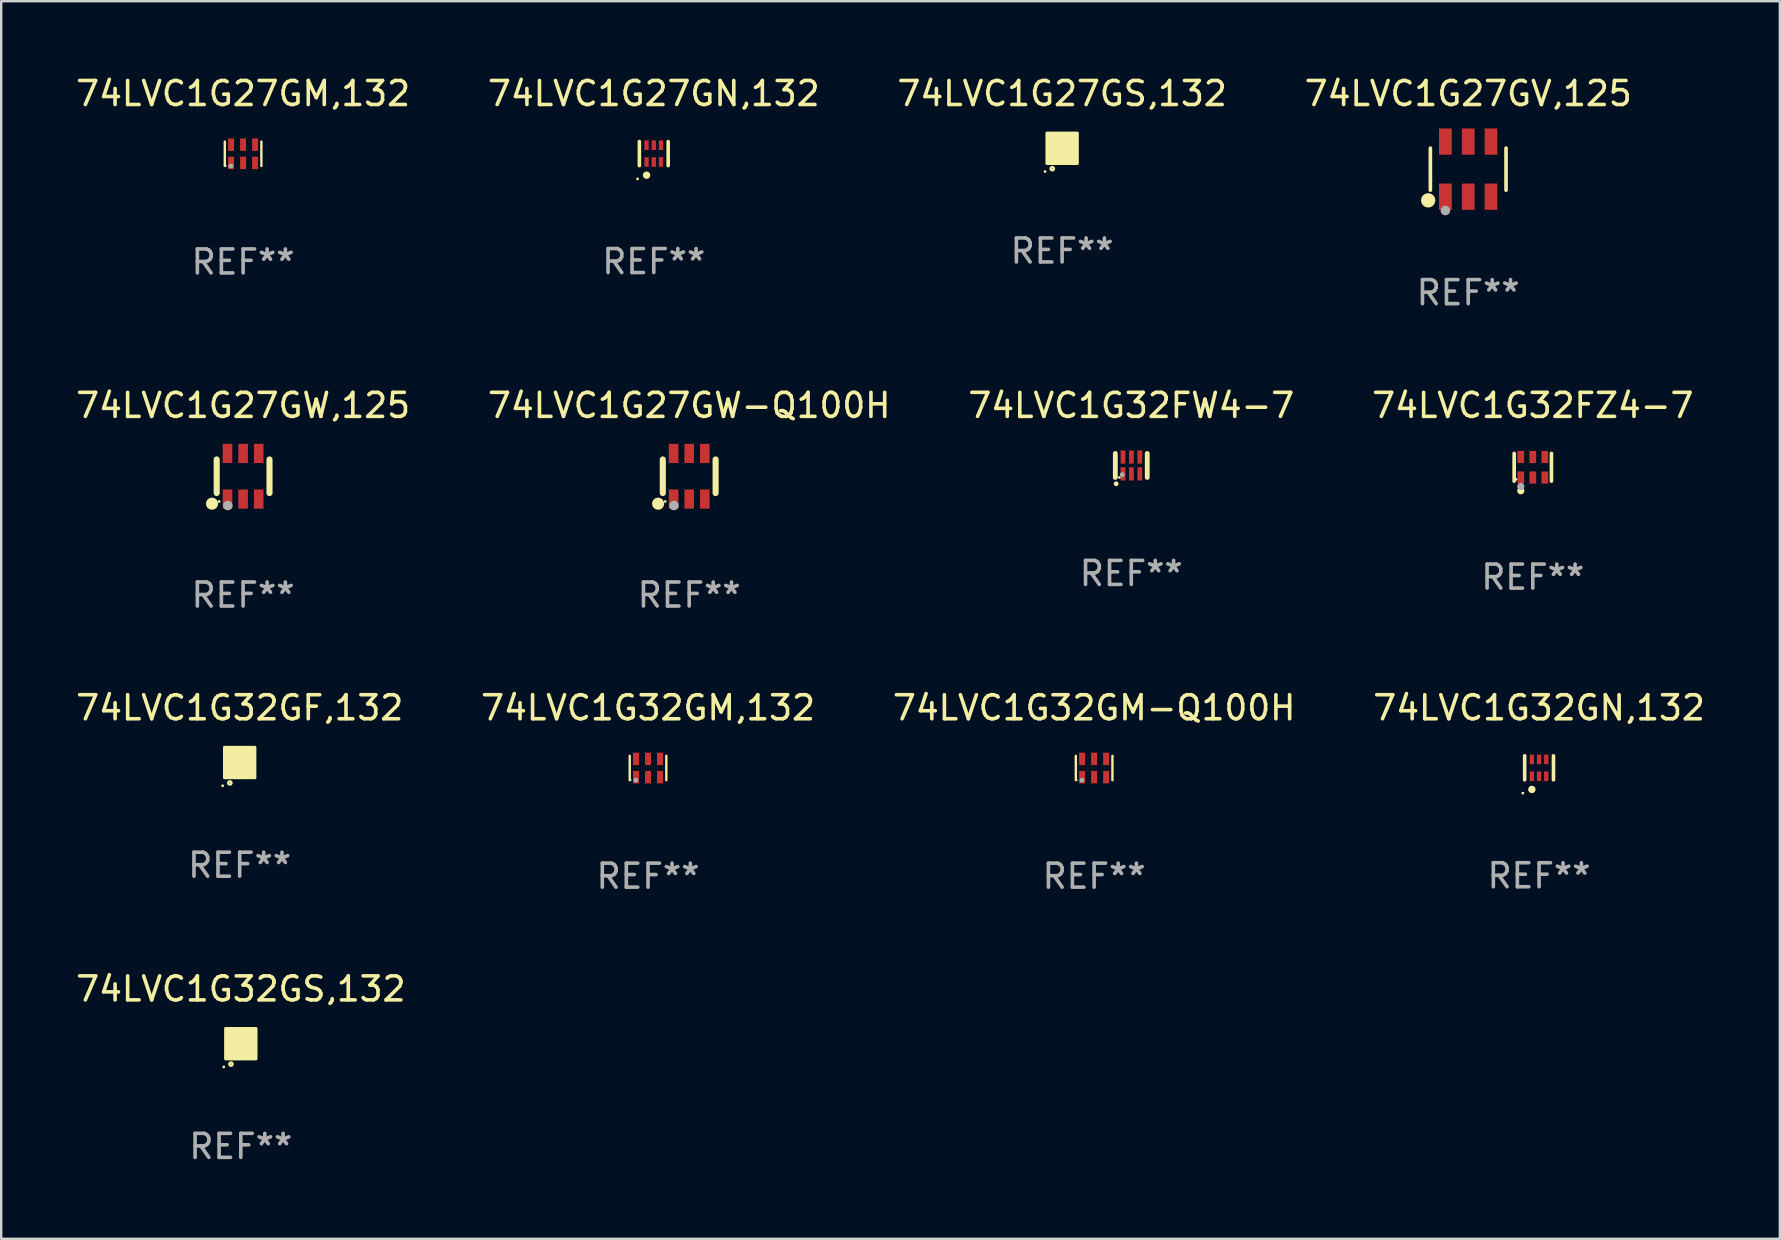
<source format=kicad_pcb>
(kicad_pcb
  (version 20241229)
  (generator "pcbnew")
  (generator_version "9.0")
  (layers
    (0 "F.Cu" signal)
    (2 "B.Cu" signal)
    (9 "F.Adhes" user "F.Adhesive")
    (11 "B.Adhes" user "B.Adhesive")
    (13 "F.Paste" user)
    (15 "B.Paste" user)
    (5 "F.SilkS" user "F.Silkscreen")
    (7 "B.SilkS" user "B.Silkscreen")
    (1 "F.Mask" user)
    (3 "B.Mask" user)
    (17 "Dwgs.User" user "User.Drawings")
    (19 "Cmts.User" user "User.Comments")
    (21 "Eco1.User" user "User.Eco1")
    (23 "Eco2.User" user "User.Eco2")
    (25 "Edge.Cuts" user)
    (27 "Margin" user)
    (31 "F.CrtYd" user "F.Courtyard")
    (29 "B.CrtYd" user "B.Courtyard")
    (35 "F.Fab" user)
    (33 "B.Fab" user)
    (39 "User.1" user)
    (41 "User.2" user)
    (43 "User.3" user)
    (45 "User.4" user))
  (footprint "74LVC1G32FW4-7"
    (layer "F.Cu")
    (at 44.077 16.34)
    (property "Reference" "74LVC1G32FW4-7" (at 0 -2.5 0) (layer "F.SilkS") (effects (font (size 1 1) (thickness 0.15))))
    (attr through_hole)
    (fp_line (start -0.665 0.5) (end -0.665 -0.5) (stroke (width 0.2) (type solid)) (layer "F.SilkS"))
    (fp_line (start 0.665 0.5) (end 0.665 -0.5) (stroke (width 0.2) (type solid)) (layer "F.SilkS"))
    (fp_circle (center -0.63 0.762) (end -0.58 0.762) (stroke (width 0.1) (type solid)) (fill no) (layer "F.SilkS"))
    (fp_circle (center -0.495 0.5) (end -0.465 0.5) (stroke (width 0.06) (type solid)) (fill no) (layer "F.SilkS"))
    (fp_circle (center -0.376 0.381) (end -0.326 0.381) (stroke (width 0.1) (type solid)) (fill no) (layer "F.Fab"))
    (fp_text user "REF**" (at 0 4.5 0) (layer "F.Fab") (effects (font (size 1 1) (thickness 0.15))))
    (pad "1" smd rect (at -0.345 0.35 180) (size 0.2 0.55) (layers "F.Cu" "F.Mask" "F.Paste"))
    (pad "2" smd rect (at 0.005 0.35 180) (size 0.2 0.55) (layers "F.Cu" "F.Mask" "F.Paste"))
    (pad "3" smd rect (at 0.355 0.35 180) (size 0.2 0.55) (layers "F.Cu" "F.Mask" "F.Paste"))
    (pad "4" smd rect (at 0.355 -0.35 180) (size 0.2 0.55) (layers "F.Cu" "F.Mask" "F.Paste"))
    (pad "5" smd rect (at 0.005 -0.35 180) (size 0.2 0.55) (layers "F.Cu" "F.Mask" "F.Paste"))
    (pad "6" smd rect (at -0.345 -0.35 180) (size 0.2 0.55) (layers "F.Cu" "F.Mask" "F.Paste")))
  (footprint "74LVC1G32GM-Q100H"
    (layer "F.Cu")
    (at 42.53 28.944)
    (property "Reference" "74LVC1G32GM-Q100H" (at 0 -2.508 0) (layer "F.SilkS") (effects (font (size 1 1) (thickness 0.15))))
    (attr through_hole)
    (fp_line (start -0.762 -0.508) (end -0.762 0.508) (stroke (width 0.1) (type solid)) (layer "F.SilkS"))
    (fp_line (start 0.762 -0.508) (end 0.762 0.508) (stroke (width 0.1) (type solid)) (layer "F.SilkS"))
    (fp_circle (center -0.725 0.5) (end -0.705 0.5) (stroke (width 0.04) (type solid)) (fill no) (layer "F.SilkS"))
    (fp_circle (center -0.508 0.508) (end -0.458 0.508) (stroke (width 0.1) (type solid)) (fill no) (layer "F.Fab"))
    (fp_text user "REF**" (at 0 4.508 0) (layer "F.Fab") (effects (font (size 1 1) (thickness 0.15))))
    (pad "1" smd rect (at -0.5 0.38) (size 0.25 0.52) (layers "F.Cu" "F.Mask" "F.Paste"))
    (pad "2" smd rect (at -0.000127 0.38) (size 0.25 0.52) (layers "F.Cu" "F.Mask" "F.Paste"))
    (pad "3" smd rect (at 0.5 0.38) (size 0.25 0.52) (layers "F.Cu" "F.Mask" "F.Paste"))
    (pad "4" smd rect (at 0.5 -0.38 180) (size 0.25 0.52) (layers "F.Cu" "F.Mask" "F.Paste"))
    (pad "5" smd rect (at -0.000127 -0.38 180) (size 0.25 0.52) (layers "F.Cu" "F.Mask" "F.Paste"))
    (pad "6" smd rect (at -0.5 -0.38 180) (size 0.25 0.52) (layers "F.Cu" "F.Mask" "F.Paste")))
  (footprint "74LVC1G27GS,132"
    (layer "F.Cu")
    (at 41.196 3.128)
    (property "Reference" "74LVC1G27GS,132" (at 0 -2.28 0) (layer "F.SilkS") (effects (font (size 1 1) (thickness 0.15))))
    (attr through_hole)
    (fp_circle (center -0.71 0.968) (end -0.68 0.968) (stroke (width 0.06) (type solid)) (fill no) (layer "F.SilkS"))
    (fp_circle (center -0.41 0.85) (end -0.342 0.85) (stroke (width 0.1) (type solid)) (fill no) (layer "F.SilkS"))
    (fp_poly (pts (xy -0.635 -0.635) (xy 0.635 -0.635) (xy 0.635 0.635) (xy -0.635 0.635)) (stroke (width 0.12) (type solid)) (fill yes) (layer "F.SilkS"))
    (fp_text user "REF**" (at 0 4.28 0) (layer "F.Fab") (effects (font (size 1 1) (thickness 0.15))))
    (pad "1" smd rect (at -0.35 0.28 90) (size 0.35 0.2) (layers "F.Cu" "F.Mask" "F.Paste"))
    (pad "2" smd rect (at 0 0.28 90) (size 0.35 0.2) (layers "F.Cu" "F.Mask" "F.Paste"))
    (pad "3" smd rect (at 0.35 0.28 90) (size 0.35 0.2) (layers "F.Cu" "F.Mask" "F.Paste"))
    (pad "4" smd rect (at 0.35 -0.28 90) (size 0.35 0.2) (layers "F.Cu" "F.Mask" "F.Paste"))
    (pad "5" smd rect (at 0 -0.28 90) (size 0.35 0.2) (layers "F.Cu" "F.Mask" "F.Paste"))
    (pad "6" smd rect (at -0.35 -0.28 90) (size 0.35 0.2) (layers "F.Cu" "F.Mask" "F.Paste")))
  (footprint "74LVC1G27GM,132"
    (layer "F.Cu")
    (at 7.077 3.356)
    (property "Reference" "74LVC1G27GM,132" (at 0 -2.508 0) (layer "F.SilkS") (effects (font (size 1 1) (thickness 0.15))))
    (attr through_hole)
    (fp_line (start -0.762 -0.508) (end -0.762 0.508) (stroke (width 0.1) (type solid)) (layer "F.SilkS"))
    (fp_line (start 0.762 -0.508) (end 0.762 0.508) (stroke (width 0.1) (type solid)) (layer "F.SilkS"))
    (fp_circle (center -0.725 0.5) (end -0.705 0.5) (stroke (width 0.04) (type solid)) (fill no) (layer "F.SilkS"))
    (fp_circle (center -0.508 0.508) (end -0.458 0.508) (stroke (width 0.1) (type solid)) (fill no) (layer "F.Fab"))
    (fp_text user "REF**" (at 0 4.508 0) (layer "F.Fab") (effects (font (size 1 1) (thickness 0.15))))
    (pad "1" smd rect (at -0.5 0.38) (size 0.25 0.52) (layers "F.Cu" "F.Mask" "F.Paste"))
    (pad "2" smd rect (at -0.000127 0.38) (size 0.25 0.52) (layers "F.Cu" "F.Mask" "F.Paste"))
    (pad "3" smd rect (at 0.5 0.38) (size 0.25 0.52) (layers "F.Cu" "F.Mask" "F.Paste"))
    (pad "4" smd rect (at 0.5 -0.38 180) (size 0.25 0.52) (layers "F.Cu" "F.Mask" "F.Paste"))
    (pad "5" smd rect (at -0.000127 -0.38 180) (size 0.25 0.52) (layers "F.Cu" "F.Mask" "F.Paste"))
    (pad "6" smd rect (at -0.5 -0.38 180) (size 0.25 0.52) (layers "F.Cu" "F.Mask" "F.Paste")))
  (footprint "74LVC1G32GF,132"
    (layer "F.Cu")
    (at 6.935 28.716)
    (property "Reference" "74LVC1G32GF,132" (at 0 -2.28 0) (layer "F.SilkS") (effects (font (size 1 1) (thickness 0.15))))
    (attr through_hole)
    (fp_circle (center -0.71 0.968) (end -0.68 0.968) (stroke (width 0.06) (type solid)) (fill no) (layer "F.SilkS"))
    (fp_circle (center -0.41 0.85) (end -0.342 0.85) (stroke (width 0.1) (type solid)) (fill no) (layer "F.SilkS"))
    (fp_poly (pts (xy -0.635 -0.635) (xy 0.635 -0.635) (xy 0.635 0.635) (xy -0.635 0.635)) (stroke (width 0.12) (type solid)) (fill yes) (layer "F.SilkS"))
    (fp_text user "REF**" (at 0 4.28 0) (layer "F.Fab") (effects (font (size 1 1) (thickness 0.15))))
    (pad "1" smd rect (at -0.35 0.28 90) (size 0.35 0.2) (layers "F.Cu" "F.Mask" "F.Paste"))
    (pad "2" smd rect (at 0 0.28 90) (size 0.35 0.2) (layers "F.Cu" "F.Mask" "F.Paste"))
    (pad "3" smd rect (at 0.35 0.28 90) (size 0.35 0.2) (layers "F.Cu" "F.Mask" "F.Paste"))
    (pad "4" smd rect (at 0.35 -0.28 90) (size 0.35 0.2) (layers "F.Cu" "F.Mask" "F.Paste"))
    (pad "5" smd rect (at 0 -0.28 90) (size 0.35 0.2) (layers "F.Cu" "F.Mask" "F.Paste"))
    (pad "6" smd rect (at -0.35 -0.28 90) (size 0.35 0.2) (layers "F.Cu" "F.Mask" "F.Paste")))
  (footprint "74LVC1G27GV,125"
    (layer "F.Cu")
    (at 58.113 3.996)
    (property "Reference" "74LVC1G27GV,125" (at 0 -3.148 0) (layer "F.SilkS") (effects (font (size 1 1) (thickness 0.15))))
    (attr through_hole)
    (fp_line (start -1.576 0.876) (end -1.576 -0.876) (stroke (width 0.152) (type solid)) (layer "F.SilkS"))
    (fp_line (start 1.576 0.876) (end 1.576 -0.876) (stroke (width 0.152) (type solid)) (layer "F.SilkS"))
    (fp_circle (center -1.668 1.3) (end -1.518 1.3) (stroke (width 0.3) (type solid)) (fill no) (layer "F.SilkS"))
    (fp_circle (center -1.5 1.425) (end -1.47 1.425) (stroke (width 0.06) (type solid)) (fill no) (layer "F.SilkS"))
    (fp_circle (center -0.95 1.725) (end -0.85 1.725) (stroke (width 0.2) (type solid)) (fill no) (layer "F.Fab"))
    (fp_text user "REF**" (at 0 5.148 0) (layer "F.Fab") (effects (font (size 1 1) (thickness 0.15))))
    (pad "1" smd rect (at -0.95 1.148) (size 0.532 1.095) (layers "F.Cu" "F.Mask" "F.Paste"))
    (pad "2" smd rect (at 0 1.148) (size 0.532 1.095) (layers "F.Cu" "F.Mask" "F.Paste"))
    (pad "3" smd rect (at 0.95 1.148) (size 0.532 1.095) (layers "F.Cu" "F.Mask" "F.Paste"))
    (pad "4" smd rect (at 0.95 -1.148) (size 0.532 1.095) (layers "F.Cu" "F.Mask" "F.Paste"))
    (pad "5" smd rect (at 0 -1.148) (size 0.532 1.095) (layers "F.Cu" "F.Mask" "F.Paste"))
    (pad "6" smd rect (at -0.95 -1.148) (size 0.532 1.095) (layers "F.Cu" "F.Mask" "F.Paste")))
  (footprint "74LVC1G32GN,132"
    (layer "F.Cu")
    (at 61.065 28.936)
    (property "Reference" "74LVC1G32GN,132" (at 0 -2.5 0) (layer "F.SilkS") (effects (font (size 1 1) (thickness 0.15))))
    (attr through_hole)
    (fp_line (start -0.6 -0.5) (end -0.6 0.5) (stroke (width 0.15) (type solid)) (layer "F.SilkS"))
    (fp_line (start 0.6 0.5) (end 0.6 -0.5) (stroke (width 0.15) (type solid)) (layer "F.SilkS"))
    (fp_circle (center -0.675 1.055) (end -0.645 1.055) (stroke (width 0.06) (type solid)) (fill no) (layer "F.SilkS"))
    (fp_circle (center -0.3 0.9) (end -0.22 0.9) (stroke (width 0.15) (type solid)) (fill no) (layer "F.SilkS"))
    (fp_text user "REF**" (at 0 4.5 0) (layer "F.Fab") (effects (font (size 1 1) (thickness 0.15))))
    (pad "1" smd rect (at -0.3 0.35) (size 0.18 0.4) (layers "F.Cu" "F.Mask" "F.Paste"))
    (pad "2" smd rect (at 0.000025 0.35) (size 0.18 0.4) (layers "F.Cu" "F.Mask" "F.Paste"))
    (pad "3" smd rect (at 0.3 0.35) (size 0.18 0.4) (layers "F.Cu" "F.Mask" "F.Paste"))
    (pad "4" smd rect (at 0.3 -0.35) (size 0.18 0.4) (layers "F.Cu" "F.Mask" "F.Paste"))
    (pad "5" smd rect (at 0.000025 -0.35) (size 0.18 0.4) (layers "F.Cu" "F.Mask" "F.Paste"))
    (pad "6" smd rect (at -0.3 -0.35) (size 0.18 0.4) (layers "F.Cu" "F.Mask" "F.Paste")))
  (footprint "74LVC1G27GW,125"
    (layer "F.Cu")
    (at 7.077 16.79)
    (property "Reference" "74LVC1G27GW,125" (at 0 -2.95 0) (layer "F.SilkS") (effects (font (size 1 1) (thickness 0.15))))
    (attr through_hole)
    (fp_line (start -1.1 -0.7) (end -1.1 0.7) (stroke (width 0.254) (type solid)) (layer "F.SilkS"))
    (fp_line (start 1.1 -0.7) (end 1.1 0.7) (stroke (width 0.254) (type solid)) (layer "F.SilkS"))
    (fp_circle (center -1.295 1.143) (end -1.168 1.143) (stroke (width 0.254) (type solid)) (fill no) (layer "F.SilkS"))
    (fp_circle (center -1 1.05) (end -0.97 1.05) (stroke (width 0.06) (type solid)) (fill no) (layer "F.SilkS"))
    (fp_circle (center -0.635 1.219) (end -0.535 1.219) (stroke (width 0.2) (type solid)) (fill no) (layer "F.Fab"))
    (fp_text user "REF**" (at 0 4.95 0) (layer "F.Fab") (effects (font (size 1 1) (thickness 0.15))))
    (pad "1" smd rect (at -0.65 0.95) (size 0.4 0.8) (layers "F.Cu" "F.Mask" "F.Paste"))
    (pad "2" smd rect (at 0 0.95) (size 0.4 0.8) (layers "F.Cu" "F.Mask" "F.Paste"))
    (pad "3" smd rect (at 0.65 0.95) (size 0.4 0.8) (layers "F.Cu" "F.Mask" "F.Paste"))
    (pad "4" smd rect (at 0.65 -0.95) (size 0.4 0.8) (layers "F.Cu" "F.Mask" "F.Paste"))
    (pad "5" smd rect (at 0 -0.95) (size 0.4 0.8) (layers "F.Cu" "F.Mask" "F.Paste"))
    (pad "6" smd rect (at -0.65 -0.95) (size 0.4 0.8) (layers "F.Cu" "F.Mask" "F.Paste")))
  (footprint "74LVC1G27GW-Q100H"
    (layer "F.Cu")
    (at 25.661 16.79)
    (property "Reference" "74LVC1G27GW-Q100H" (at 0 -2.95 0) (layer "F.SilkS") (effects (font (size 1 1) (thickness 0.15))))
    (attr through_hole)
    (fp_line (start -1.1 -0.7) (end -1.1 0.7) (stroke (width 0.254) (type solid)) (layer "F.SilkS"))
    (fp_line (start 1.1 -0.7) (end 1.1 0.7) (stroke (width 0.254) (type solid)) (layer "F.SilkS"))
    (fp_circle (center -1.295 1.143) (end -1.168 1.143) (stroke (width 0.254) (type solid)) (fill no) (layer "F.SilkS"))
    (fp_circle (center -1 1.05) (end -0.97 1.05) (stroke (width 0.06) (type solid)) (fill no) (layer "F.SilkS"))
    (fp_circle (center -0.635 1.219) (end -0.535 1.219) (stroke (width 0.2) (type solid)) (fill no) (layer "F.Fab"))
    (fp_text user "REF**" (at 0 4.95 0) (layer "F.Fab") (effects (font (size 1 1) (thickness 0.15))))
    (pad "1" smd rect (at -0.65 0.95) (size 0.4 0.8) (layers "F.Cu" "F.Mask" "F.Paste"))
    (pad "2" smd rect (at 0 0.95) (size 0.4 0.8) (layers "F.Cu" "F.Mask" "F.Paste"))
    (pad "3" smd rect (at 0.65 0.95) (size 0.4 0.8) (layers "F.Cu" "F.Mask" "F.Paste"))
    (pad "4" smd rect (at 0.65 -0.95) (size 0.4 0.8) (layers "F.Cu" "F.Mask" "F.Paste"))
    (pad "5" smd rect (at 0 -0.95) (size 0.4 0.8) (layers "F.Cu" "F.Mask" "F.Paste"))
    (pad "6" smd rect (at -0.65 -0.95) (size 0.4 0.8) (layers "F.Cu" "F.Mask" "F.Paste")))
  (footprint "74LVC1G32GS,132"
    (layer "F.Cu")
    (at 6.982 40.429)
    (property "Reference" "74LVC1G32GS,132" (at 0 -2.28 0) (layer "F.SilkS") (effects (font (size 1 1) (thickness 0.15))))
    (attr through_hole)
    (fp_circle (center -0.71 0.968) (end -0.68 0.968) (stroke (width 0.06) (type solid)) (fill no) (layer "F.SilkS"))
    (fp_circle (center -0.41 0.85) (end -0.342 0.85) (stroke (width 0.1) (type solid)) (fill no) (layer "F.SilkS"))
    (fp_poly (pts (xy -0.635 -0.635) (xy 0.635 -0.635) (xy 0.635 0.635) (xy -0.635 0.635)) (stroke (width 0.12) (type solid)) (fill yes) (layer "F.SilkS"))
    (fp_text user "REF**" (at 0 4.28 0) (layer "F.Fab") (effects (font (size 1 1) (thickness 0.15))))
    (pad "1" smd rect (at -0.35 0.28 90) (size 0.35 0.2) (layers "F.Cu" "F.Mask" "F.Paste"))
    (pad "2" smd rect (at 0 0.28 90) (size 0.35 0.2) (layers "F.Cu" "F.Mask" "F.Paste"))
    (pad "3" smd rect (at 0.35 0.28 90) (size 0.35 0.2) (layers "F.Cu" "F.Mask" "F.Paste"))
    (pad "4" smd rect (at 0.35 -0.28 90) (size 0.35 0.2) (layers "F.Cu" "F.Mask" "F.Paste"))
    (pad "5" smd rect (at 0 -0.28 90) (size 0.35 0.2) (layers "F.Cu" "F.Mask" "F.Paste"))
    (pad "6" smd rect (at -0.35 -0.28 90) (size 0.35 0.2) (layers "F.Cu" "F.Mask" "F.Paste")))
  (footprint "74LVC1G32FZ4-7"
    (layer "F.Cu")
    (at 60.804 16.416)
    (property "Reference" "74LVC1G32FZ4-7" (at 0 -2.576 0) (layer "F.SilkS") (effects (font (size 1 1) (thickness 0.15))))
    (attr through_hole)
    (fp_line (start -0.776 0.576) (end -0.776 -0.576) (stroke (width 0.152) (type solid)) (layer "F.SilkS"))
    (fp_line (start 0.776 0.576) (end 0.776 -0.576) (stroke (width 0.152) (type solid)) (layer "F.SilkS"))
    (fp_circle (center -0.7 0.5) (end -0.67 0.5) (stroke (width 0.06) (type solid)) (fill no) (layer "F.SilkS"))
    (fp_circle (center -0.5 0.98) (end -0.425 0.98) (stroke (width 0.15) (type solid)) (fill no) (layer "F.SilkS"))
    (fp_circle (center -0.5 0.8) (end -0.425 0.8) (stroke (width 0.15) (type solid)) (fill no) (layer "F.Fab"))
    (fp_text user "REF**" (at 0 4.576 0) (layer "F.Fab") (effects (font (size 1 1) (thickness 0.15))))
    (pad "1" smd rect (at -0.5 0.427) (size 0.28 0.505) (layers "F.Cu" "F.Mask" "F.Paste"))
    (pad "2" smd rect (at 0 0.427) (size 0.28 0.505) (layers "F.Cu" "F.Mask" "F.Paste"))
    (pad "3" smd rect (at 0.5 0.427) (size 0.28 0.505) (layers "F.Cu" "F.Mask" "F.Paste"))
    (pad "4" smd rect (at 0.5 -0.427) (size 0.28 0.505) (layers "F.Cu" "F.Mask" "F.Paste"))
    (pad "5" smd rect (at 0 -0.427) (size 0.28 0.505) (layers "F.Cu" "F.Mask" "F.Paste"))
    (pad "6" smd rect (at -0.5 -0.427) (size 0.28 0.505) (layers "F.Cu" "F.Mask" "F.Paste")))
  (footprint "74LVC1G27GN,132"
    (layer "F.Cu")
    (at 24.185 3.348)
    (property "Reference" "74LVC1G27GN,132" (at 0 -2.5 0) (layer "F.SilkS") (effects (font (size 1 1) (thickness 0.15))))
    (attr through_hole)
    (fp_line (start -0.6 -0.5) (end -0.6 0.5) (stroke (width 0.15) (type solid)) (layer "F.SilkS"))
    (fp_line (start 0.6 0.5) (end 0.6 -0.5) (stroke (width 0.15) (type solid)) (layer "F.SilkS"))
    (fp_circle (center -0.675 1.055) (end -0.645 1.055) (stroke (width 0.06) (type solid)) (fill no) (layer "F.SilkS"))
    (fp_circle (center -0.3 0.9) (end -0.22 0.9) (stroke (width 0.15) (type solid)) (fill no) (layer "F.SilkS"))
    (fp_text user "REF**" (at 0 4.5 0) (layer "F.Fab") (effects (font (size 1 1) (thickness 0.15))))
    (pad "1" smd rect (at -0.3 0.35) (size 0.18 0.4) (layers "F.Cu" "F.Mask" "F.Paste"))
    (pad "2" smd rect (at 0.000025 0.35) (size 0.18 0.4) (layers "F.Cu" "F.Mask" "F.Paste"))
    (pad "3" smd rect (at 0.3 0.35) (size 0.18 0.4) (layers "F.Cu" "F.Mask" "F.Paste"))
    (pad "4" smd rect (at 0.3 -0.35) (size 0.18 0.4) (layers "F.Cu" "F.Mask" "F.Paste"))
    (pad "5" smd rect (at 0.000025 -0.35) (size 0.18 0.4) (layers "F.Cu" "F.Mask" "F.Paste"))
    (pad "6" smd rect (at -0.3 -0.35) (size 0.18 0.4) (layers "F.Cu" "F.Mask" "F.Paste")))
  (footprint "74LVC1G32GM,132"
    (layer "F.Cu")
    (at 23.946 28.944)
    (property "Reference" "74LVC1G32GM,132" (at 0 -2.508 0) (layer "F.SilkS") (effects (font (size 1 1) (thickness 0.15))))
    (attr through_hole)
    (fp_line (start -0.762 -0.508) (end -0.762 0.508) (stroke (width 0.1) (type solid)) (layer "F.SilkS"))
    (fp_line (start 0.762 -0.508) (end 0.762 0.508) (stroke (width 0.1) (type solid)) (layer "F.SilkS"))
    (fp_circle (center -0.725 0.5) (end -0.705 0.5) (stroke (width 0.04) (type solid)) (fill no) (layer "F.SilkS"))
    (fp_circle (center -0.508 0.508) (end -0.458 0.508) (stroke (width 0.1) (type solid)) (fill no) (layer "F.Fab"))
    (fp_text user "REF**" (at 0 4.508 0) (layer "F.Fab") (effects (font (size 1 1) (thickness 0.15))))
    (pad "1" smd rect (at -0.5 0.38) (size 0.25 0.52) (layers "F.Cu" "F.Mask" "F.Paste"))
    (pad "2" smd rect (at -0.000127 0.38) (size 0.25 0.52) (layers "F.Cu" "F.Mask" "F.Paste"))
    (pad "3" smd rect (at 0.5 0.38) (size 0.25 0.52) (layers "F.Cu" "F.Mask" "F.Paste"))
    (pad "4" smd rect (at 0.5 -0.38 180) (size 0.25 0.52) (layers "F.Cu" "F.Mask" "F.Paste"))
    (pad "5" smd rect (at -0.000127 -0.38 180) (size 0.25 0.52) (layers "F.Cu" "F.Mask" "F.Paste"))
    (pad "6" smd rect (at -0.5 -0.38 180) (size 0.25 0.52) (layers "F.Cu" "F.Mask" "F.Paste")))
  (gr_rect
    (start -3 -3)
    (end 71.095 48.557)
    (stroke (width 0.1) (type default))
    (fill no)
    (layer "Edge.Cuts")))
</source>
